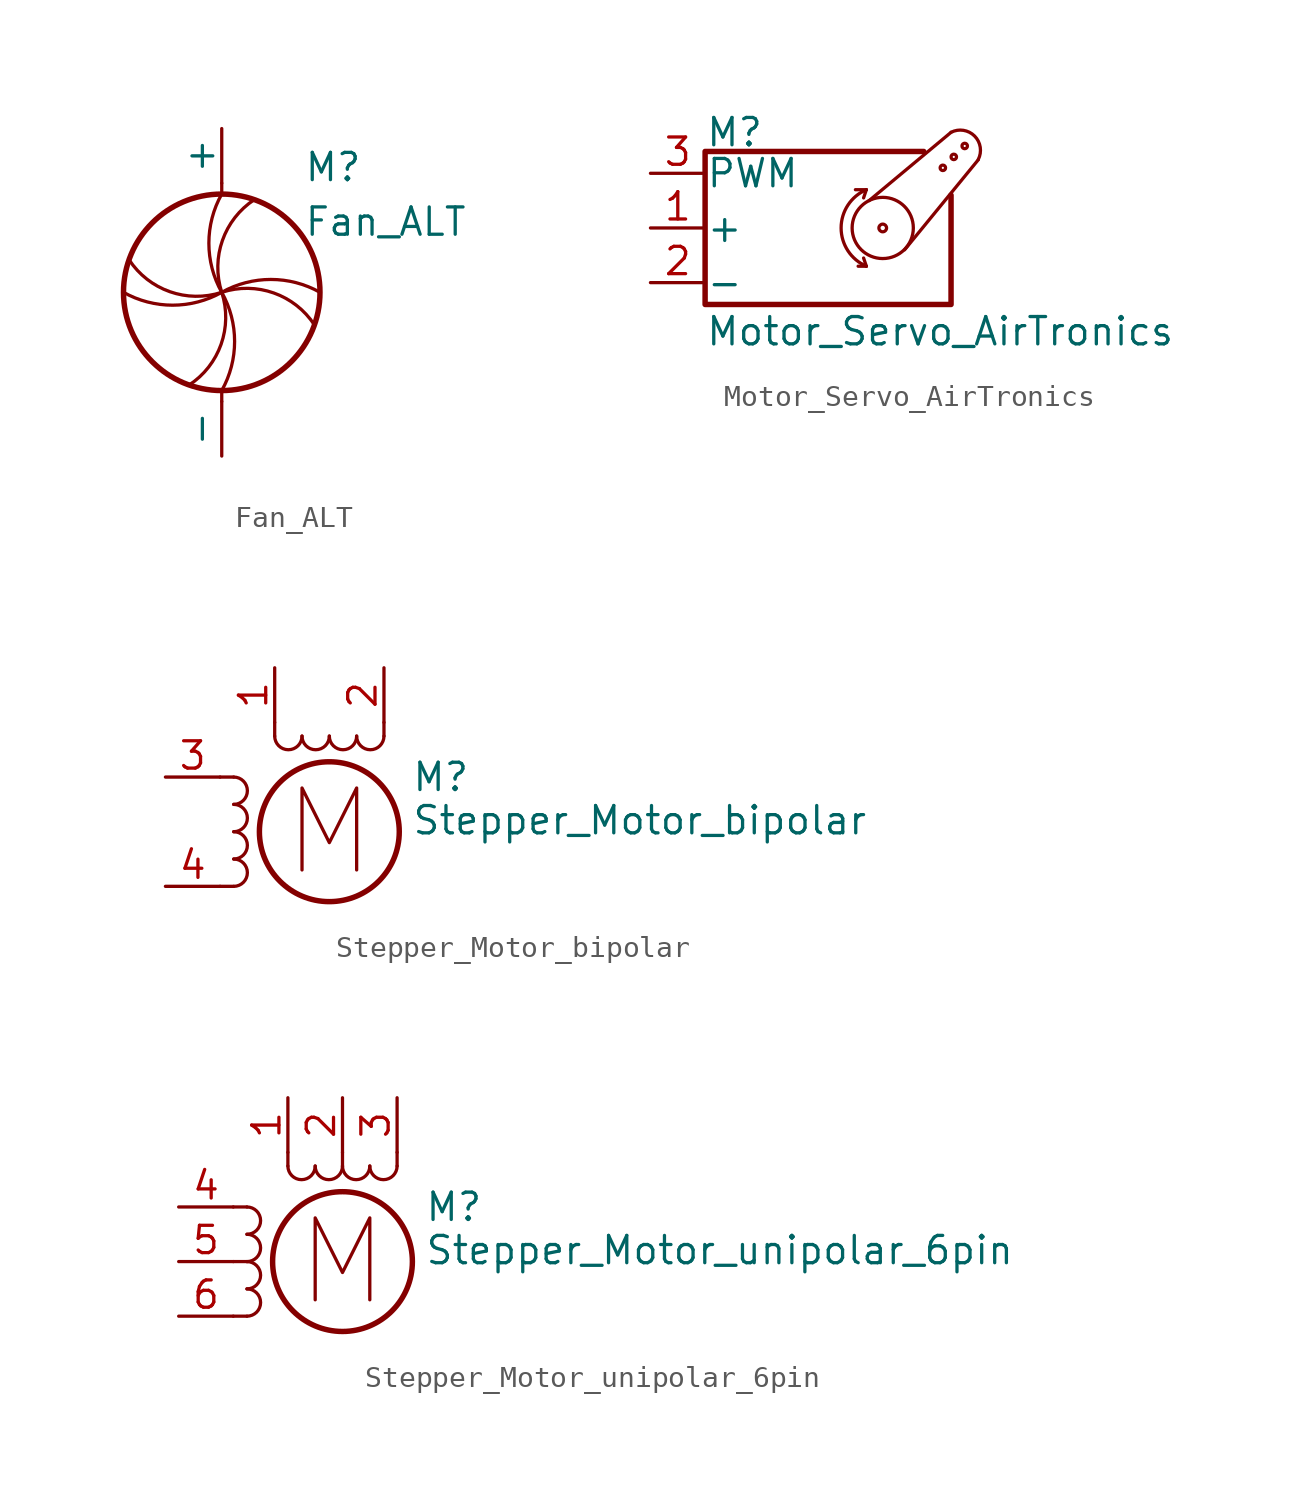
<source format=kicad_sym>
(kicad_symbol_lib
  (version 20220914)
  (generator kicad_symbol_editor)
  (symbol "Fan_ALT"
    (pin_numbers hide)
    (pin_names
      (offset 0))
    (property "Reference" "M"
      (at 3.81 5.08 0)
      (effects (font (size 1.27 1.27)) (justify left bottom)))
    (property "Value" "Fan_ALT"
      (at 3.81 2.54 0)
      (effects (font (size 1.27 1.27)) (justify left bottom)))
    (symbol "Fan_ALT_0_1"
      (arc (start -4.572 0) (mid -2.286 -0.5988) (end 0 0) (stroke (width 0) (type default)) (fill (type none)))
      (arc (start -4.318 1.524) (mid -2.4153 0.0291) (end 0 0) (stroke (width 0) (type default)) (fill (type none)))
      (arc (start -1.524 -4.318) (mid -0.0291 -2.4153) (end 0 0) (stroke (width 0) (type default)) (fill (type none)))
      (arc (start 0 -4.572) (mid 0.5988 -2.286) (end 0 0) (stroke (width 0) (type default)) (fill (type none)))
      (polyline (pts (xy 0 -5.08) (xy 0 -4.572)) (stroke (width 0) (type default)) (fill (type none)))
      (polyline (pts (xy 0 4.572) (xy 0 5.08)) (stroke (width 0) (type default)) (fill (type none)))
      (circle (center 0 0) (radius 4.572) (stroke (width 0.254) (type default)) (fill (type none)))
      (arc (start 0 4.572) (mid -0.5988 2.286) (end 0 0) (stroke (width 0) (type default)) (fill (type none)))
      (arc (start 1.524 4.318) (mid 0.0291 2.4153) (end 0 0) (stroke (width 0) (type default)) (fill (type none)))
      (arc (start 4.318 -1.524) (mid 2.4153 -0.0291) (end 0 0) (stroke (width 0) (type default)) (fill (type none)))
      (arc (start 4.572 0) (mid 2.286 0.5988) (end 0 0) (stroke (width 0) (type default)) (fill (type none))))
    (symbol "Fan_ALT_1_1"
      (pin passive line (at 0 7.62 270) (length 2.54) (name "+" (effects (font (size 1.27 1.27)))) (number "1" (effects (font (size 1.27 1.27)))))
      (pin passive line (at 0 -7.62 90) (length 2.54) (name "-" (effects (font (size 1.27 1.27)))) (number "2" (effects (font (size 1.27 1.27)))))))
  (symbol "Motor_Servo_AirTronics"
    (pin_names
      (offset 0.025))
    (property "Reference" "M"
      (at -5.08 4.445 0)
      (effects (font (size 1.27 1.27)) (justify left)))
    (property "Value" "Motor_Servo_AirTronics"
      (at -5.08 -4.064 0)
      (effects (font (size 1.27 1.27)) (justify left top)))
    (symbol "Motor_Servo_AirTronics_0_1"
      (polyline (pts (xy 2.413 -1.778) (xy 2.032 -1.778)) (stroke (width 0) (type default)) (fill (type none)))
      (polyline (pts (xy 2.413 -1.778) (xy 2.286 -1.397)) (stroke (width 0) (type default)) (fill (type none)))
      (polyline (pts (xy 2.413 1.778) (xy 1.905 1.778)) (stroke (width 0) (type default)) (fill (type none)))
      (polyline (pts (xy 2.413 1.778) (xy 2.286 1.397)) (stroke (width 0) (type default)) (fill (type none)))
      (polyline (pts (xy 6.35 4.445) (xy 2.54 1.27)) (stroke (width 0) (type default)) (fill (type none)))
      (polyline (pts (xy 7.62 3.175) (xy 4.191 -1.016)) (stroke (width 0) (type default)) (fill (type none)))
      (polyline (pts (xy 6.35 1.524) (xy 6.35 -3.556) (xy -5.08 -3.556) (xy -5.08 3.556) (xy 5.08 3.556)) (stroke (width 0.254) (type default)) (fill (type none)))
      (arc (start 2.413 1.778) (mid 1.2406 0) (end 2.413 -1.778) (stroke (width 0) (type default)) (fill (type none)))
      (circle (center 3.175 0) (radius 0.178) (stroke (width 0) (type default)) (fill (type none)))
      (circle (center 3.175 0) (radius 1.422) (stroke (width 0) (type default)) (fill (type none)))
      (circle (center 5.969 2.794) (radius 0.127) (stroke (width 0) (type default)) (fill (type none)))
      (circle (center 6.477 3.302) (radius 0.127) (stroke (width 0) (type default)) (fill (type none)))
      (circle (center 6.985 3.81) (radius 0.127) (stroke (width 0) (type default)) (fill (type none)))
      (arc (start 7.62 3.175) (mid 7.4485 4.2735) (end 6.35 4.445) (stroke (width 0) (type default)) (fill (type none))))
    (symbol "Motor_Servo_AirTronics_1_1"
      (pin passive line (at -7.62 0 0) (length 2.54) (name "+" (effects (font (size 1.27 1.27)))) (number "1" (effects (font (size 1.27 1.27)))))
      (pin passive line (at -7.62 -2.54 0) (length 2.54) (name "-" (effects (font (size 1.27 1.27)))) (number "2" (effects (font (size 1.27 1.27)))))
      (pin passive line (at -7.62 2.54 0) (length 2.54) (name "PWM" (effects (font (size 1.27 1.27)))) (number "3" (effects (font (size 1.27 1.27)))))))
  (symbol "Stepper_Motor_bipolar"
    (pin_names
      (offset 0) hide)
    (property "Reference" "M"
      (at 3.81 2.54 0)
      (effects (font (size 1.27 1.27)) (justify left)))
    (property "Value" "Stepper_Motor_bipolar"
      (at 3.81 1.27 0)
      (effects (font (size 1.27 1.27)) (justify left top)))
    (symbol "Stepper_Motor_bipolar_0_0"
      (polyline (pts (xy -1.27 -1.778) (xy -1.27 2.032) (xy 0 -0.508) (xy 1.27 2.032) (xy 1.27 -1.778)) (stroke (width 0) (type default)) (fill (type none))))
    (symbol "Stepper_Motor_bipolar_0_1"
      (arc (start -4.445 -2.54) (mid -3.8127 -1.905) (end -4.445 -1.27) (stroke (width 0) (type default)) (fill (type none)))
      (arc (start -4.445 -1.27) (mid -3.8127 -0.635) (end -4.445 0) (stroke (width 0) (type default)) (fill (type none)))
      (arc (start -4.445 0) (mid -3.8127 0.635) (end -4.445 1.27) (stroke (width 0) (type default)) (fill (type none)))
      (arc (start -4.445 1.27) (mid -3.8127 1.905) (end -4.445 2.54) (stroke (width 0) (type default)) (fill (type none)))
      (arc (start -2.54 4.445) (mid -1.905 3.8127) (end -1.27 4.445) (stroke (width 0) (type default)) (fill (type none)))
      (arc (start -1.27 4.445) (mid -0.635 3.8127) (end 0 4.445) (stroke (width 0) (type default)) (fill (type none)))
      (polyline (pts (xy -5.08 -2.54) (xy -4.445 -2.54)) (stroke (width 0) (type default)) (fill (type none)))
      (polyline (pts (xy -5.08 2.54) (xy -4.445 2.54)) (stroke (width 0) (type default)) (fill (type none)))
      (polyline (pts (xy -2.54 5.08) (xy -2.54 4.445)) (stroke (width 0) (type default)) (fill (type none)))
      (polyline (pts (xy 2.54 5.08) (xy 2.54 4.445)) (stroke (width 0) (type default)) (fill (type none)))
      (circle (center 0 0) (radius 3.251) (stroke (width 0.254) (type default)) (fill (type none)))
      (arc (start 0 4.445) (mid 0.635 3.8127) (end 1.27 4.445) (stroke (width 0) (type default)) (fill (type none)))
      (arc (start 1.27 4.445) (mid 1.905 3.8127) (end 2.54 4.445) (stroke (width 0) (type default)) (fill (type none))))
    (symbol "Stepper_Motor_bipolar_1_1"
      (pin passive line (at -2.54 7.62 270) (length 2.54) (name "~" (effects (font (size 1.27 1.27)))) (number "1" (effects (font (size 1.27 1.27)))))
      (pin passive line (at 2.54 7.62 270) (length 2.54) (name "-" (effects (font (size 1.27 1.27)))) (number "2" (effects (font (size 1.27 1.27)))))
      (pin passive line (at -7.62 2.54 0) (length 2.54) (name "~" (effects (font (size 1.27 1.27)))) (number "3" (effects (font (size 1.27 1.27)))))
      (pin passive line (at -7.62 -2.54 0) (length 2.54) (name "~" (effects (font (size 1.27 1.27)))) (number "4" (effects (font (size 1.27 1.27)))))))
  (symbol "Stepper_Motor_unipolar_6pin"
    (pin_names
      (offset 0) hide)
    (property "Reference" "M"
      (at 3.81 2.54 0)
      (effects (font (size 1.27 1.27)) (justify left)))
    (property "Value" "Stepper_Motor_unipolar_6pin"
      (at 3.81 1.27 0)
      (effects (font (size 1.27 1.27)) (justify left top)))
    (symbol "Stepper_Motor_unipolar_6pin_0_0"
      (polyline (pts (xy -1.27 -1.778) (xy -1.27 2.032) (xy 0 -0.508) (xy 1.27 2.032) (xy 1.27 -1.778)) (stroke (width 0) (type default)) (fill (type none))))
    (symbol "Stepper_Motor_unipolar_6pin_0_1"
      (arc (start -4.445 -2.54) (mid -3.8127 -1.905) (end -4.445 -1.27) (stroke (width 0) (type default)) (fill (type none)))
      (arc (start -4.445 -1.27) (mid -3.8127 -0.635) (end -4.445 0) (stroke (width 0) (type default)) (fill (type none)))
      (arc (start -4.445 0) (mid -3.8127 0.635) (end -4.445 1.27) (stroke (width 0) (type default)) (fill (type none)))
      (arc (start -4.445 1.27) (mid -3.8127 1.905) (end -4.445 2.54) (stroke (width 0) (type default)) (fill (type none)))
      (arc (start -2.54 4.445) (mid -1.905 3.8127) (end -1.27 4.445) (stroke (width 0) (type default)) (fill (type none)))
      (arc (start -1.27 4.445) (mid -0.635 3.8127) (end 0 4.445) (stroke (width 0) (type default)) (fill (type none)))
      (polyline (pts (xy -5.08 -2.54) (xy -4.445 -2.54)) (stroke (width 0) (type default)) (fill (type none)))
      (polyline (pts (xy -5.08 2.54) (xy -4.445 2.54)) (stroke (width 0) (type default)) (fill (type none)))
      (polyline (pts (xy -4.445 0) (xy -5.08 0)) (stroke (width 0) (type default)) (fill (type none)))
      (polyline (pts (xy -2.54 4.445) (xy -2.54 5.08)) (stroke (width 0) (type default)) (fill (type none)))
      (polyline (pts (xy 0 4.445) (xy 0 5.08)) (stroke (width 0) (type default)) (fill (type none)))
      (polyline (pts (xy 2.54 4.445) (xy 2.54 5.08)) (stroke (width 0) (type default)) (fill (type none)))
      (circle (center 0 0) (radius 3.251) (stroke (width 0.254) (type default)) (fill (type none)))
      (arc (start 0 4.445) (mid 0.635 3.8127) (end 1.27 4.445) (stroke (width 0) (type default)) (fill (type none)))
      (arc (start 1.27 4.445) (mid 1.905 3.8127) (end 2.54 4.445) (stroke (width 0) (type default)) (fill (type none))))
    (symbol "Stepper_Motor_unipolar_6pin_1_1"
      (pin passive line (at -2.54 7.62 270) (length 2.54) (name "~" (effects (font (size 1.27 1.27)))) (number "1" (effects (font (size 1.27 1.27)))))
      (pin passive line (at 0 7.62 270) (length 2.54) (name "~" (effects (font (size 1.27 1.27)))) (number "2" (effects (font (size 1.27 1.27)))))
      (pin passive line (at 2.54 7.62 270) (length 2.54) (name "-" (effects (font (size 1.27 1.27)))) (number "3" (effects (font (size 1.27 1.27)))))
      (pin passive line (at -7.62 2.54 0) (length 2.54) (name "~" (effects (font (size 1.27 1.27)))) (number "4" (effects (font (size 1.27 1.27)))))
      (pin passive line (at -7.62 0 0) (length 2.54) (name "~" (effects (font (size 1.27 1.27)))) (number "5" (effects (font (size 1.27 1.27)))))
      (pin passive line (at -7.62 -2.54 0) (length 2.54) (name "~" (effects (font (size 1.27 1.27)))) (number "6" (effects (font (size 1.27 1.27))))))))
</source>
